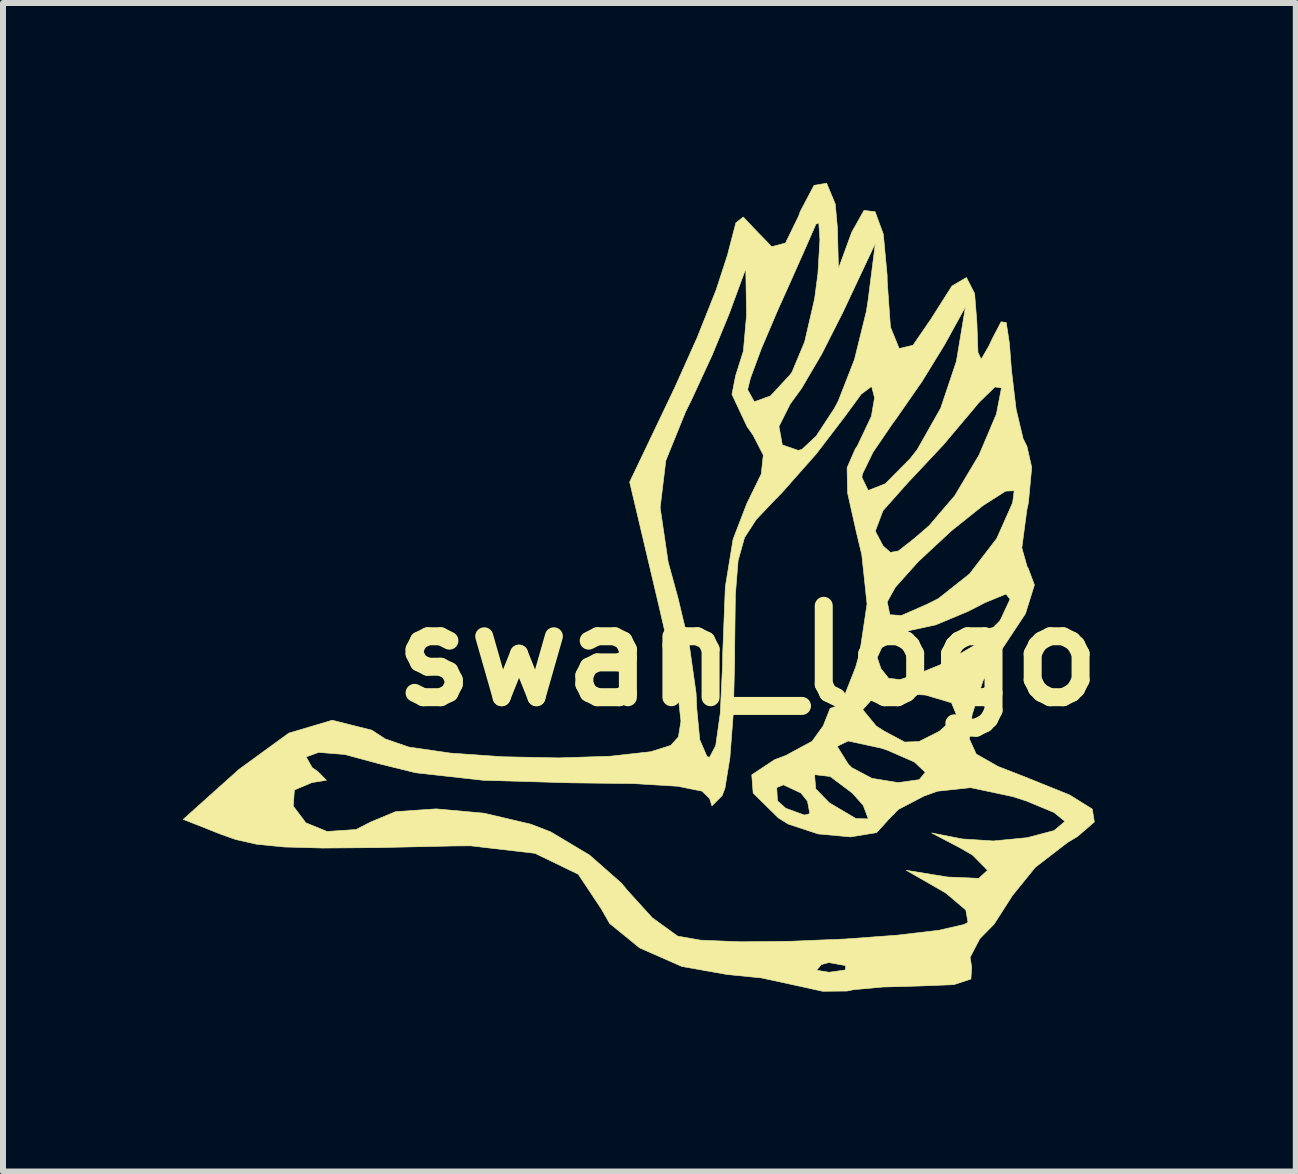
<source format=kicad_pcb>
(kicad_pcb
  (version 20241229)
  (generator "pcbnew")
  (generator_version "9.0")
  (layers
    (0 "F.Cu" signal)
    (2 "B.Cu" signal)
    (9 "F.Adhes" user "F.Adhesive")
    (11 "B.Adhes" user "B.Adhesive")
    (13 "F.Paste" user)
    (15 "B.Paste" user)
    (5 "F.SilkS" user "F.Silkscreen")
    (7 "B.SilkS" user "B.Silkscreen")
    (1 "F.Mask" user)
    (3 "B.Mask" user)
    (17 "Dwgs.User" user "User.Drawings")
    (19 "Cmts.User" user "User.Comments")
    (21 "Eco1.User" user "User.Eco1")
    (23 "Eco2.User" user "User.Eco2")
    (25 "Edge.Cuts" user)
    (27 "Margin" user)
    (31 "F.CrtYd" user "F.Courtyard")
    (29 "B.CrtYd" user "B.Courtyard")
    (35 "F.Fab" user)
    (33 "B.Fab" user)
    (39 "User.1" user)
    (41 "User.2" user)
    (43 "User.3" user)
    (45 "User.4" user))
  (footprint "swan_logo"
    (layer "F.Cu")
    (at 9.414 7.885)
    (property "Reference" "swan_logo" (at 0 0 0) (layer "F.SilkS") (effects (font (size 1.524 1.524) (thickness 0.3))))
    (attr through_hole)
    (fp_poly (pts (xy 1.462 -7.533) (xy 1.498 -7.131) (xy 1.515 -6.456) (xy 1.736 -7.062) (xy 1.941 -7.427) (xy 2.126 -7.405) (xy 2.263 -7.031) (xy 2.327 -6.342) (xy 2.328 -6.244) (xy 2.382 -5.481) (xy 2.527 -5.125) (xy 2.758 -5.179) (xy 3.058 -5.616) (xy 3.407 -6.166) (xy 3.648 -6.308) (xy 3.785 -6.042) (xy 3.823 -5.556) (xy 3.841 -5.059) (xy 3.895 -4.945) (xy 4.026 -5.172) (xy 4.082 -5.292) (xy 4.227 -5.569) (xy 4.312 -5.559) (xy 4.365 -5.212) (xy 4.399 -4.768) (xy 4.477 -4.111) (xy 4.593 -3.623) (xy 4.658 -3.491) (xy 4.737 -3.141) (xy 4.682 -2.555) (xy 4.656 -2.432) (xy 4.572 -1.8) (xy 4.663 -1.479) (xy 4.675 -1.47) (xy 4.782 -1.183) (xy 4.633 -0.704) (xy 4.264 -0.146) (xy 4.23 -0.106) (xy 3.924 0.417) (xy 3.743 0.981) (xy 3.697 1.384) (xy 3.811 1.636) (xy 4.176 1.844) (xy 4.614 2.014) (xy 5.368 2.318) (xy 5.747 2.554) (xy 5.781 2.769) (xy 5.501 3.011) (xy 5.333 3.112) (xy 4.797 3.525) (xy 4.41 4.003) (xy 4.4 4.021) (xy 4.11 4.473) (xy 3.872 4.715) (xy 3.71 5.026) (xy 3.736 5.191) (xy 3.723 5.388) (xy 3.437 5.482) (xy 2.897 5.503) (xy 2.252 5.521) (xy 1.764 5.566) (xy 1.658 5.588) (xy 1.251 5.592) (xy 0.847 5.503) (xy 0.229 5.369) (xy -0.338 5.313) (xy -0.741 5.241) (xy 1.15 5.241) (xy 1.358 5.275) (xy 1.633 5.236) (xy 1.636 5.164) (xy 1.353 5.113) (xy 1.23 5.147) (xy 1.15 5.241) (xy -0.741 5.241) (xy -1.097 5.178) (xy -1.799 4.869) (xy -2.299 4.462) (xy -2.439 4.218) (xy -2.823 3.641) (xy -3.545 3.292) (xy -4.615 3.167) (xy -4.915 3.169) (xy -6.172 3.197) (xy -7.085 3.204) (xy -7.731 3.186) (xy -8.188 3.14) (xy -8.536 3.061) (xy -8.779 2.975) (xy -9.409 2.726) (xy -9.162 2.504) (xy -7.575 2.504) (xy -7.365 2.783) (xy -7.011 2.928) (xy -6.529 2.895) (xy -6.283 2.77) (xy -5.868 2.597) (xy -5.191 2.551) (xy -4.393 2.623) (xy -3.615 2.806) (xy -3.281 2.935) (xy -2.637 3.32) (xy -2.101 3.791) (xy -2.011 3.902) (xy -1.589 4.367) (xy -1.167 4.672) (xy -1.164 4.673) (xy -0.783 4.74) (xy -0.115 4.767) (xy 0.728 4.758) (xy 1.634 4.72) (xy 2.491 4.657) (xy 3.188 4.575) (xy 3.612 4.478) (xy 3.675 4.443) (xy 3.639 4.237) (xy 3.314 3.961) (xy 3.251 3.923) (xy 2.646 3.575) (xy 3.334 3.687) (xy 3.855 3.709) (xy 4.001 3.574) (xy 3.752 3.322) (xy 3.545 3.202) (xy 3.069 2.952) (xy 3.577 3.052) (xy 4.098 3.086) (xy 4.662 3.031) (xy 5.112 2.912) (xy 5.292 2.759) (xy 5.109 2.611) (xy 4.65 2.42) (xy 4.421 2.346) (xy 3.719 2.197) (xy 3.167 2.256) (xy 2.939 2.338) (xy 2.513 2.561) (xy 2.329 2.749) (xy 2.328 2.753) (xy 2.151 2.947) (xy 1.718 3.018) (xy 1.178 2.969) (xy 0.677 2.804) (xy 0.514 2.702) (xy 0.093 2.288) (xy 0.086 2.195) (xy 0.486 2.195) (xy 0.498 2.417) (xy 0.635 2.54) (xy 0.947 2.654) (xy 1.038 2.631) (xy 0.999 2.423) (xy 0.889 2.286) (xy 0.598 2.15) (xy 0.486 2.195) (xy 0.086 2.195) (xy 0.07 1.987) (xy 1.117 1.987) (xy 1.136 2.217) (xy 1.364 2.451) (xy 1.806 2.712) (xy 2.013 2.718) (xy 1.928 2.492) (xy 1.746 2.287) (xy 1.378 2.011) (xy 1.124 1.981) (xy 1.117 1.987) (xy 0.07 1.987) (xy 0.07 1.983) (xy 0.45 1.731) (xy 0.635 1.662) (xy 0.92 1.508) (xy 1.493 1.508) (xy 1.677 1.802) (xy 1.736 1.863) (xy 2.074 2.042) (xy 2.509 2.113) (xy 2.862 2.064) (xy 2.963 1.941) (xy 2.782 1.77) (xy 2.335 1.574) (xy 2.223 1.537) (xy 1.676 1.419) (xy 1.493 1.508) (xy 0.92 1.508) (xy 1.076 1.424) (xy 1.27 1.154) (xy 1.27 1.143) (xy 1.368 0.897) (xy 1.92 0.897) (xy 2.146 1.171) (xy 2.275 1.253) (xy 2.619 1.437) (xy 2.857 1.429) (xy 3.195 1.259) (xy 3.489 0.999) (xy 3.4 0.782) (xy 2.966 0.653) (xy 2.633 0.635) (xy 2.089 0.706) (xy 1.92 0.897) (xy 1.368 0.897) (xy 1.377 0.875) (xy 1.457 0.847) (xy 1.616 0.661) (xy 1.8 0.194) (xy 1.847 0.028) (xy 2.161 0.028) (xy 2.223 0.212) (xy 2.351 0.373) (xy 2.541 0.396) (xy 2.92 0.268) (xy 3.271 0.124) (xy 3.82 -0.198) (xy 4.202 -0.58) (xy 4.224 -0.617) (xy 4.376 -0.945) (xy 4.308 -1.031) (xy 3.96 -0.888) (xy 3.675 -0.742) (xy 3.137 -0.517) (xy 2.711 -0.425) (xy 2.305 -0.288) (xy 2.161 0.028) (xy 1.847 0.028) (xy 1.872 -0.063) (xy 1.992 -0.867) (xy 1.988 -0.9) (xy 2.328 -0.9) (xy 2.372 -0.686) (xy 2.566 -0.673) (xy 3.005 -0.866) (xy 3.182 -0.956) (xy 3.702 -1.368) (xy 4.154 -1.957) (xy 4.419 -2.553) (xy 4.445 -2.753) (xy 4.302 -2.747) (xy 3.926 -2.507) (xy 3.399 -2.086) (xy 3.387 -2.075) (xy 2.845 -1.571) (xy 2.463 -1.144) (xy 2.328 -0.9) (xy 1.988 -0.9) (xy 1.904 -1.688) (xy 1.82 -2.037) (xy 1.81 -2.08) (xy 2.129 -2.08) (xy 2.258 -1.834) (xy 2.381 -1.725) (xy 2.516 -1.75) (xy 2.787 -1.963) (xy 3.026 -2.17) (xy 3.454 -2.67) (xy 3.859 -3.349) (xy 4.148 -4.03) (xy 4.233 -4.467) (xy 4.124 -4.484) (xy 3.853 -4.22) (xy 3.757 -4.103) (xy 3.26 -3.514) (xy 2.715 -2.933) (xy 2.699 -2.918) (xy 2.257 -2.421) (xy 2.129 -2.08) (xy 1.81 -2.08) (xy 1.668 -2.713) (xy 1.662 -2.977) (xy 1.905 -2.977) (xy 2.011 -2.758) (xy 2.296 -2.87) (xy 2.711 -3.289) (xy 2.829 -3.44) (xy 3.219 -4.129) (xy 3.477 -4.897) (xy 3.492 -4.974) (xy 3.633 -5.821) (xy 3.284 -5.187) (xy 2.908 -4.575) (xy 2.461 -3.932) (xy 2.42 -3.878) (xy 2.091 -3.395) (xy 1.915 -3.034) (xy 1.905 -2.977) (xy 1.662 -2.977) (xy 1.659 -3.136) (xy 1.796 -3.451) (xy 1.828 -3.496) (xy 2.064 -3.994) (xy 2.117 -4.303) (xy 2.068 -4.493) (xy 1.894 -4.363) (xy 1.627 -3.998) (xy 1.143 -3.365) (xy 0.571 -2.719) (xy 0.463 -2.609) (xy 0.147 -2.277) (xy -0.051 -1.973) (xy -0.158 -1.589) (xy -0.204 -1.017) (xy -0.215 -0.147) (xy -0.215 0.037) (xy -0.237 0.939) (xy -0.295 1.701) (xy -0.378 2.208) (xy -0.423 2.328) (xy -0.594 2.501) (xy -0.632 2.381) (xy -0.758 2.256) (xy -1.164 2.174) (xy -1.899 2.129) (xy -2.937 2.117) (xy -4.408 2.074) (xy -5.533 1.949) (xy -6.134 1.801) (xy -6.715 1.644) (xy -7.151 1.609) (xy -7.36 1.685) (xy -7.26 1.862) (xy -7.166 1.928) (xy -7.022 2.073) (xy -7.265 2.113) (xy -7.556 2.236) (xy -7.575 2.504) (xy -9.162 2.504) (xy -8.479 1.892) (xy -7.649 1.288) (xy -6.925 1.073) (xy -6.264 1.239) (xy -6.045 1.383) (xy -5.649 1.52) (xy -4.953 1.621) (xy -4.079 1.682) (xy -3.15 1.701) (xy -2.288 1.673) (xy -1.614 1.598) (xy -1.281 1.493) (xy -1.153 1.351) (xy -1.111 1.088) (xy -1.162 0.625) (xy -1.313 -0.117) (xy -1.47 -0.799) (xy -1.865 -2.472) (xy -1.458 -2.472) (xy -1.324 -1.562) (xy -1.162 -0.972) (xy -0.971 -0.173) (xy -0.859 0.619) (xy -0.847 0.88) (xy -0.798 1.398) (xy -0.677 1.677) (xy -0.635 1.693) (xy -0.531 1.495) (xy -0.455 0.954) (xy -0.417 0.148) (xy -0.414 -0.053) (xy -0.371 -1.15) (xy -0.242 -1.943) (xy -0.013 -2.537) (xy 0.228 -3.032) (xy 0.262 -3.349) (xy 0.091 -3.681) (xy -0.006 -3.819) (xy -0.01 -3.826) (xy 0.523 -3.826) (xy 0.579 -3.518) (xy 0.844 -3.426) (xy 0.905 -3.441) (xy 1.145 -3.666) (xy 1.445 -4.123) (xy 1.511 -4.246) (xy 1.782 -4.94) (xy 1.981 -5.746) (xy 2.009 -5.927) (xy 2.13 -6.879) (xy 1.586 -5.723) (xy 1.236 -5.032) (xy 0.899 -4.458) (xy 0.712 -4.202) (xy 0.523 -3.826) (xy -0.01 -3.826) (xy -0.261 -4.361) (xy -0.245 -4.439) (xy 0 -4.439) (xy 0.112 -4.237) (xy 0.381 -4.333) (xy 0.711 -4.689) (xy 0.743 -4.736) (xy 0.952 -5.237) (xy 1.118 -5.956) (xy 1.173 -6.376) (xy 1.206 -6.938) (xy 1.187 -7.221) (xy 1.139 -7.197) (xy 0.981 -6.835) (xy 0.717 -6.24) (xy 0.502 -5.762) (xy 0.229 -5.121) (xy 0.047 -4.629) (xy 0 -4.439) (xy -0.245 -4.439) (xy -0.2 -4.668) (xy -0.07 -5.081) (xy -0.018 -5.671) (xy -0.018 -5.715) (xy -0.03 -6.456) (xy -0.307 -5.703) (xy -0.588 -5.02) (xy -0.941 -4.256) (xy -1.033 -4.071) (xy -1.363 -3.257) (xy -1.458 -2.472) (xy -1.865 -2.472) (xy -1.966 -2.898) (xy -1.218 -4.465) (xy -0.84 -5.307) (xy -0.525 -6.099) (xy -0.332 -6.691) (xy -0.315 -6.761) (xy -0.195 -7.22) (xy -0.072 -7.317) (xy 0.102 -7.132) (xy 0.402 -6.822) (xy 0.632 -6.883) (xy 0.854 -7.338) (xy 0.878 -7.408) (xy 1.108 -7.845) (xy 1.318 -7.88) (xy 1.462 -7.533)) (stroke (width 0.01) (type solid)) (fill yes) (layer "F.SilkS")))
  (gr_rect
    (start -3 -3)
    (end 18.554 16.482)
    (stroke (width 0.1) (type default))
    (fill no)
    (layer "Edge.Cuts")))
</source>
